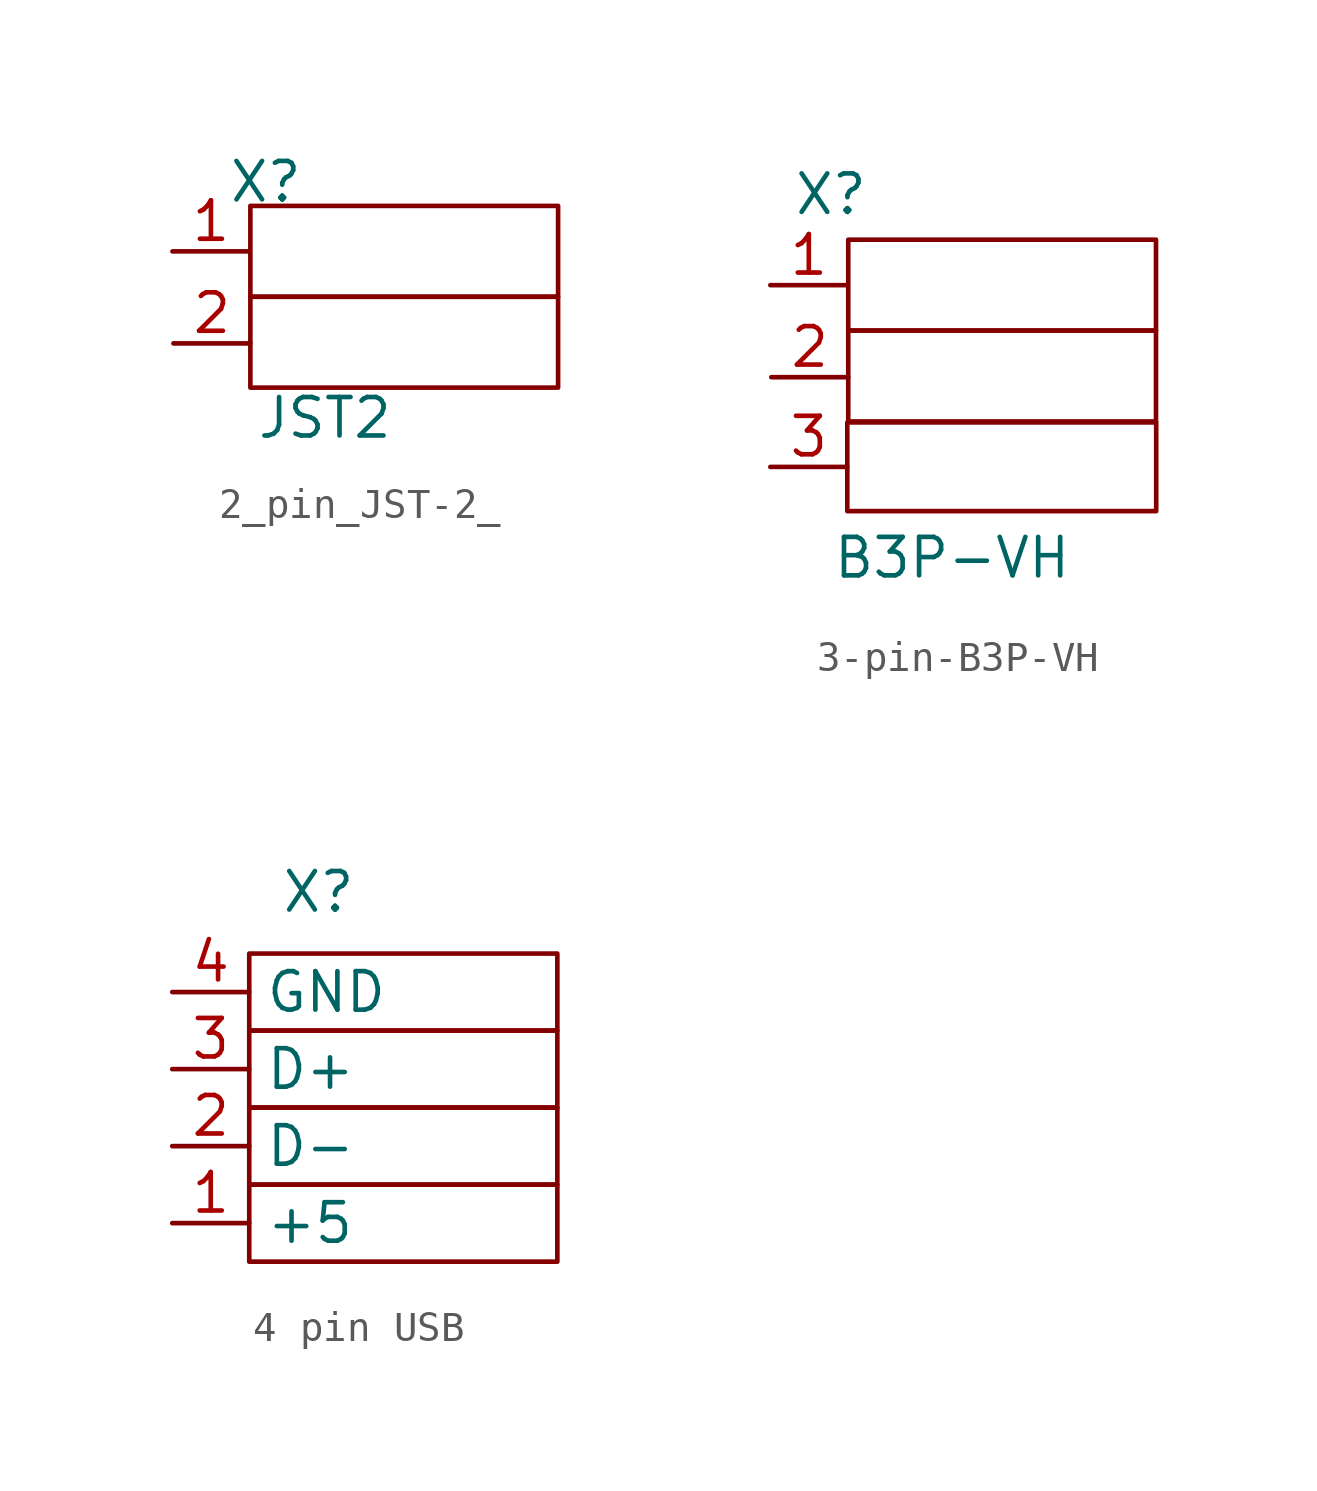
<source format=kicad_sym>
(kicad_symbol_lib
  (version 20231120)
  (generator "kicad_symbol_editor")
  (generator_version "8.0")
  (symbol "2_pin_JST-2_"
    (property "Reference" "X"
      (at 3.08 2.296 0)
      (effects (font (size 1.27 1.27))))
    (property "Value" "JST2"
      (at 5.032 -5.498 0)
      (effects (font (size 1.27 1.27))))
    (symbol "2_pin_JST-2__0_1"
      (rectangle (start 2.572 -1.498) (end 12.732 -4.498) (stroke (width 0) (type default)) (fill (type none)))
      (rectangle (start 2.572 1.502) (end 12.732 -1.498) (stroke (width 0) (type default)) (fill (type none))))
    (symbol "2_pin_JST-2__1_1"
      (pin input line (at 0 0 0) (length 2.54) (name "" (effects (font (size 1.27 1.27)))) (number "1" (effects (font (size 1.27 1.27)))))
      (pin input line (at 0.032 -3.038 0) (length 2.54) (name "" (effects (font (size 1.27 1.27)))) (number "2" (effects (font (size 1.27 1.27)))))))
  (symbol "3-pin-B3P-VH"
    (property "Reference" "X"
      (at 2 3 0)
      (effects (font (size 1.27 1.27))))
    (property "Value" "B3P-VH"
      (at 6 -9 0)
      (effects (font (size 1.27 1.27))))
    (symbol "3-pin-B3P-VH_0_1"
      (rectangle (start 2.54 -4.531) (end 12.739 -7.46) (stroke (width 0) (type default)) (fill (type none)))
      (rectangle (start 2.572 -1.498) (end 12.732 -4.498) (stroke (width 0) (type default)) (fill (type none)))
      (rectangle (start 2.572 1.502) (end 12.732 -1.498) (stroke (width 0) (type default)) (fill (type none))))
    (symbol "3-pin-B3P-VH_1_1"
      (pin input line (at 0 0 0) (length 2.54) (name "" (effects (font (size 1.27 1.27)))) (number "1" (effects (font (size 1.27 1.27)))))
      (pin input line (at 0.032 -3.038 0) (length 2.54) (name "" (effects (font (size 1.27 1.27)))) (number "2" (effects (font (size 1.27 1.27)))))
      (pin input line (at 0 -6 0) (length 2.54) (name "" (effects (font (size 1.27 1.27)))) (number "3" (effects (font (size 1.27 1.27)))))))
  (symbol "4 pin USB"
    (property "Reference" "X"
      (at 4.826 3.302 0)
      (effects (font (size 1.27 1.27))))
    (property "Value" ""
      (at 0 0 0)
      (effects (font (size 1.27 1.27))))
    (symbol "4 pin USB_0_1"
      (rectangle (start 2.54 -6.35) (end 12.7 -8.89) (stroke (width 0) (type default)) (fill (type none)))
      (rectangle (start 2.54 -3.81) (end 12.7 -6.35) (stroke (width 0) (type default)) (fill (type none)))
      (rectangle (start 2.54 -1.27) (end 12.7 -3.81) (stroke (width 0) (type default)) (fill (type none)))
      (rectangle (start 2.54 1.27) (end 12.7 -1.27) (stroke (width 0) (type default)) (fill (type none))))
    (symbol "4 pin USB_1_1"
      (pin input line (at 0 -7.62 0) (length 2.54) (name "+5" (effects (font (size 1.27 1.27)))) (number "1" (effects (font (size 1.27 1.27)))))
      (pin input line (at 0 -5.08 0) (length 2.54) (name "D-" (effects (font (size 1.27 1.27)))) (number "2" (effects (font (size 1.27 1.27)))))
      (pin input line (at 0 -2.54 0) (length 2.54) (name "D+" (effects (font (size 1.27 1.27)))) (number "3" (effects (font (size 1.27 1.27)))))
      (pin input line (at 0 0 0) (length 2.54) (name "GND" (effects (font (size 1.27 1.27)))) (number "4" (effects (font (size 1.27 1.27))))))))
</source>
